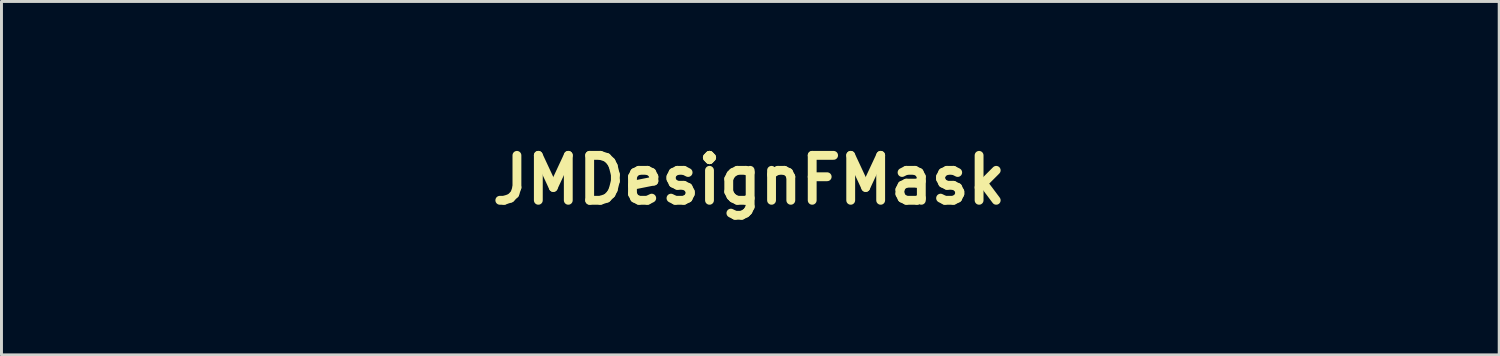
<source format=kicad_pcb>
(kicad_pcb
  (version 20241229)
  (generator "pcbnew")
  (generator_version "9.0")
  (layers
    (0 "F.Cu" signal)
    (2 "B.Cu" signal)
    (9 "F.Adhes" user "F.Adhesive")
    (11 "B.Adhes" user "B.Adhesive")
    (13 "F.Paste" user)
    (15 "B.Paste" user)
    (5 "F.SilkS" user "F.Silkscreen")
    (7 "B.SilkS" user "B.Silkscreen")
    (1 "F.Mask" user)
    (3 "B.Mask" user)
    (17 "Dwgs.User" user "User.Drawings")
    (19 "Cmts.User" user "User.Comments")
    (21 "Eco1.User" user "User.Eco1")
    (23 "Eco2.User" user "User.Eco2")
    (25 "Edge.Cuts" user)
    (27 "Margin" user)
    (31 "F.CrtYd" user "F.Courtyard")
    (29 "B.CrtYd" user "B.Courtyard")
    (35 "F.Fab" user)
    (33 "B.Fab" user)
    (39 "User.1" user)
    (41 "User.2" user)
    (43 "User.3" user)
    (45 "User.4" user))
  (footprint "JMDesignFMask"
    (layer "F.Cu")
    (at 22.357 3.054)
    (property "Reference" "JMDesignFMask" (at 0 0 0) (layer "F.SilkS") (effects (font (size 1.524 1.524) (thickness 0.3))))
    (attr through_hole)
    (fp_poly (pts (xy -21.291 -2.355) (xy -21.183 -2.203) (xy -21.19 -2.011) (xy -21.255 -1.901) (xy -21.446 -1.79) (xy -21.693 -1.826) (xy -21.78 -1.869) (xy -21.912 -2.021) (xy -21.904 -2.203) (xy -21.764 -2.361) (xy -21.71 -2.389) (xy -21.479 -2.43) (xy -21.291 -2.355)) (stroke (width 0.01) (type solid)) (fill yes) (layer "F.Mask"))
    (fp_poly (pts (xy -2.834 -2.355) (xy -2.726 -2.203) (xy -2.732 -2.011) (xy -2.797 -1.901) (xy -2.988 -1.79) (xy -3.236 -1.826) (xy -3.323 -1.869) (xy -3.454 -2.021) (xy -3.446 -2.203) (xy -3.306 -2.361) (xy -3.253 -2.389) (xy -3.021 -2.43) (xy -2.834 -2.355)) (stroke (width 0.01) (type solid)) (fill yes) (layer "F.Mask"))
    (fp_poly (pts (xy 5.748 0.807) (xy 5.909 0.929) (xy 5.991 1.113) (xy 5.96 1.326) (xy 5.881 1.443) (xy 5.667 1.59) (xy 5.451 1.569) (xy 5.305 1.454) (xy 5.178 1.232) (xy 5.218 1.023) (xy 5.331 0.892) (xy 5.544 0.783) (xy 5.748 0.807)) (stroke (width 0.01) (type solid)) (fill yes) (layer "F.Mask"))
    (fp_poly (pts (xy 15.858 -2.684) (xy 16.039 -2.599) (xy 16.15 -2.455) (xy 16.147 -2.276) (xy 16.12 -2.223) (xy 15.947 -2.086) (xy 15.713 -2.053) (xy 15.497 -2.13) (xy 15.462 -2.16) (xy 15.353 -2.298) (xy 15.325 -2.371) (xy 15.379 -2.482) (xy 15.462 -2.581) (xy 15.652 -2.686) (xy 15.858 -2.684)) (stroke (width 0.01) (type solid)) (fill yes) (layer "F.Mask"))
    (fp_poly (pts (xy -3.066 -1.098) (xy -2.921 -1.066) (xy -2.709 -1.013) (xy -2.709 0.196) (xy -2.716 0.76) (xy -2.736 1.163) (xy -2.771 1.412) (xy -2.811 1.507) (xy -3.013 1.597) (xy -3.278 1.554) (xy -3.281 1.553) (xy -3.325 1.484) (xy -3.356 1.309) (xy -3.376 1.009) (xy -3.385 0.568) (xy -3.387 0.244) (xy -3.384 -0.276) (xy -3.372 -0.649) (xy -3.341 -0.896) (xy -3.285 -1.038) (xy -3.196 -1.098) (xy -3.066 -1.098)) (stroke (width 0.01) (type solid)) (fill yes) (layer "F.Mask"))
    (fp_poly (pts (xy 15.966 -1.318) (xy 16.171 -1.267) (xy 16.171 0.069) (xy 16.166 0.656) (xy 16.149 1.083) (xy 16.119 1.361) (xy 16.077 1.498) (xy 16.07 1.507) (xy 15.885 1.59) (xy 15.636 1.587) (xy 15.515 1.553) (xy 15.473 1.487) (xy 15.442 1.319) (xy 15.422 1.03) (xy 15.412 0.604) (xy 15.409 0.126) (xy 15.41 -0.388) (xy 15.415 -0.757) (xy 15.428 -1.008) (xy 15.45 -1.164) (xy 15.486 -1.252) (xy 15.537 -1.296) (xy 15.585 -1.314) (xy 15.808 -1.338) (xy 15.966 -1.318)) (stroke (width 0.01) (type solid)) (fill yes) (layer "F.Mask"))
    (fp_poly (pts (xy -1.456 -2.661) (xy -1.394 -2.544) (xy -1.351 -2.341) (xy -1.323 -2.035) (xy -1.306 -1.607) (xy -1.295 -1.039) (xy -1.29 -0.584) (xy -1.283 0.051) (xy -1.282 0.537) (xy -1.286 0.896) (xy -1.298 1.149) (xy -1.317 1.317) (xy -1.347 1.421) (xy -1.387 1.482) (xy -1.412 1.503) (xy -1.653 1.602) (xy -1.872 1.554) (xy -1.93 1.507) (xy -1.966 1.415) (xy -1.993 1.209) (xy -2.013 0.878) (xy -2.025 0.409) (xy -2.031 -0.21) (xy -2.032 -0.608) (xy -2.032 -2.621) (xy -1.807 -2.678) (xy -1.659 -2.71) (xy -1.543 -2.71) (xy -1.456 -2.661)) (stroke (width 0.01) (type solid)) (fill yes) (layer "F.Mask"))
    (fp_poly (pts (xy -0.017 -2.661) (xy 0.046 -2.544) (xy 0.089 -2.341) (xy 0.117 -2.035) (xy 0.134 -1.607) (xy 0.144 -1.039) (xy 0.15 -0.584) (xy 0.156 0.051) (xy 0.158 0.537) (xy 0.153 0.896) (xy 0.142 1.149) (xy 0.122 1.317) (xy 0.092 1.421) (xy 0.052 1.482) (xy 0.028 1.503) (xy -0.213 1.602) (xy -0.433 1.554) (xy -0.491 1.507) (xy -0.526 1.415) (xy -0.554 1.209) (xy -0.573 0.878) (xy -0.586 0.409) (xy -0.592 -0.21) (xy -0.593 -0.608) (xy -0.593 -2.621) (xy -0.368 -2.678) (xy -0.219 -2.71) (xy -0.104 -2.71) (xy -0.017 -2.661)) (stroke (width 0.01) (type solid)) (fill yes) (layer "F.Mask"))
    (fp_poly (pts (xy -21.336 -1.058) (xy -21.276 -1.031) (xy -21.233 -0.978) (xy -21.203 -0.874) (xy -21.183 -0.697) (xy -21.172 -0.423) (xy -21.168 -0.029) (xy -21.167 0.51) (xy -21.167 0.564) (xy -21.17 1.16) (xy -21.18 1.611) (xy -21.199 1.942) (xy -21.229 2.179) (xy -21.271 2.345) (xy -21.298 2.41) (xy -21.507 2.684) (xy -21.794 2.841) (xy -22.112 2.861) (xy -22.246 2.823) (xy -22.321 2.716) (xy -22.352 2.525) (xy -22.314 2.319) (xy -22.182 2.226) (xy -22.176 2.224) (xy -22.062 2.171) (xy -21.977 2.065) (xy -21.917 1.885) (xy -21.877 1.609) (xy -21.854 1.218) (xy -21.845 0.688) (xy -21.844 0.381) (xy -21.843 -0.133) (xy -21.838 -0.503) (xy -21.825 -0.754) (xy -21.803 -0.911) (xy -21.767 -0.999) (xy -21.715 -1.043) (xy -21.675 -1.058) (xy -21.449 -1.078) (xy -21.336 -1.058)) (stroke (width 0.01) (type solid)) (fill yes) (layer "F.Mask"))
    (fp_poly (pts (xy 5.219 -1.044) (xy 5.372 -0.904) (xy 5.404 -0.812) (xy 5.371 -0.609) (xy 5.208 -0.468) (xy 4.992 -0.423) (xy 4.736 -0.344) (xy 4.537 -0.163) (xy 4.427 -0.015) (xy 4.362 0.137) (xy 4.329 0.344) (xy 4.319 0.653) (xy 4.318 0.802) (xy 4.312 1.164) (xy 4.289 1.39) (xy 4.243 1.512) (xy 4.184 1.557) (xy 3.926 1.603) (xy 3.72 1.505) (xy 3.689 1.476) (xy 3.631 1.384) (xy 3.591 1.227) (xy 3.568 0.977) (xy 3.558 0.605) (xy 3.556 0.297) (xy 3.56 -0.117) (xy 3.571 -0.477) (xy 3.587 -0.744) (xy 3.607 -0.881) (xy 3.607 -0.882) (xy 3.726 -0.989) (xy 3.923 -1.023) (xy 4.126 -0.985) (xy 4.261 -0.88) (xy 4.274 -0.851) (xy 4.32 -0.739) (xy 4.384 -0.749) (xy 4.49 -0.849) (xy 4.733 -1.018) (xy 4.991 -1.082) (xy 5.219 -1.044)) (stroke (width 0.01) (type solid)) (fill yes) (layer "F.Mask"))
    (fp_poly (pts (xy 14.067 -1.319) (xy 14.393 -1.271) (xy 14.65 -1.18) (xy 14.789 -1.049) (xy 14.792 -1.042) (xy 14.814 -0.846) (xy 14.696 -0.721) (xy 14.431 -0.664) (xy 14.125 -0.664) (xy 13.8 -0.67) (xy 13.6 -0.642) (xy 13.482 -0.572) (xy 13.465 -0.554) (xy 13.406 -0.416) (xy 13.483 -0.291) (xy 13.706 -0.171) (xy 14.072 -0.05) (xy 14.453 0.097) (xy 14.688 0.293) (xy 14.8 0.561) (xy 14.817 0.769) (xy 14.742 1.118) (xy 14.534 1.394) (xy 14.217 1.584) (xy 13.817 1.679) (xy 13.358 1.665) (xy 13.074 1.602) (xy 12.779 1.469) (xy 12.611 1.288) (xy 12.588 1.084) (xy 12.616 1.015) (xy 12.737 0.882) (xy 12.898 0.888) (xy 13.09 0.931) (xy 13.367 0.973) (xy 13.508 0.99) (xy 13.795 1.003) (xy 13.967 0.964) (xy 14.047 0.898) (xy 14.107 0.745) (xy 14.016 0.602) (xy 13.767 0.464) (xy 13.494 0.367) (xy 13.212 0.258) (xy 12.983 0.136) (xy 12.894 0.065) (xy 12.771 -0.186) (xy 12.757 -0.498) (xy 12.843 -0.814) (xy 13.016 -1.077) (xy 13.13 -1.17) (xy 13.389 -1.272) (xy 13.716 -1.321) (xy 14.067 -1.319)) (stroke (width 0.01) (type solid)) (fill yes) (layer "F.Mask"))
    (fp_poly (pts (xy -9.195 -1.07) (xy -8.893 -1.019) (xy -8.677 -0.927) (xy -8.636 -0.889) (xy -8.578 -0.717) (xy -8.592 -0.599) (xy -8.64 -0.503) (xy -8.735 -0.46) (xy -8.922 -0.459) (xy -9.13 -0.478) (xy -9.431 -0.497) (xy -9.613 -0.473) (xy -9.721 -0.4) (xy -9.725 -0.395) (xy -9.795 -0.262) (xy -9.744 -0.152) (xy -9.557 -0.049) (xy -9.258 0.05) (xy -8.862 0.197) (xy -8.613 0.376) (xy -8.489 0.608) (xy -8.467 0.81) (xy -8.516 1.168) (xy -8.677 1.417) (xy -8.936 1.574) (xy -9.403 1.682) (xy -9.908 1.629) (xy -10.118 1.564) (xy -10.332 1.489) (xy -10.465 1.445) (xy -10.483 1.441) (xy -10.494 1.367) (xy -10.483 1.206) (xy -10.468 1.095) (xy -10.431 1.027) (xy -10.34 0.999) (xy -10.164 1.005) (xy -9.869 1.04) (xy -9.649 1.069) (xy -9.378 1.085) (xy -9.215 1.04) (xy -9.152 0.983) (xy -9.091 0.824) (xy -9.193 0.682) (xy -9.46 0.555) (xy -9.615 0.506) (xy -10.022 0.355) (xy -10.277 0.164) (xy -10.398 -0.083) (xy -10.414 -0.241) (xy -10.35 -0.604) (xy -10.152 -0.864) (xy -9.827 -1.024) (xy -9.527 -1.074) (xy -9.195 -1.07)) (stroke (width 0.01) (type solid)) (fill yes) (layer "F.Mask"))
    (fp_poly (pts (xy 21.685 -1.279) (xy 22.021 -1.069) (xy 22.056 -1.035) (xy 22.21 -0.864) (xy 22.316 -0.686) (xy 22.383 -0.468) (xy 22.42 -0.172) (xy 22.435 0.236) (xy 22.437 0.55) (xy 22.435 0.967) (xy 22.425 1.246) (xy 22.402 1.416) (xy 22.362 1.509) (xy 22.297 1.555) (xy 22.261 1.568) (xy 22.038 1.592) (xy 21.88 1.572) (xy 21.788 1.542) (xy 21.729 1.486) (xy 21.695 1.371) (xy 21.679 1.166) (xy 21.675 0.838) (xy 21.675 0.645) (xy 21.67 0.234) (xy 21.653 -0.047) (xy 21.617 -0.236) (xy 21.556 -0.374) (xy 21.499 -0.454) (xy 21.269 -0.637) (xy 21.012 -0.662) (xy 20.763 -0.526) (xy 20.743 -0.508) (xy 20.665 -0.41) (xy 20.615 -0.278) (xy 20.588 -0.076) (xy 20.576 0.232) (xy 20.574 0.533) (xy 20.563 1.004) (xy 20.532 1.329) (xy 20.481 1.497) (xy 20.472 1.507) (xy 20.283 1.595) (xy 20.045 1.59) (xy 19.916 1.537) (xy 19.873 1.466) (xy 19.845 1.303) (xy 19.829 1.028) (xy 19.825 0.621) (xy 19.831 0.121) (xy 19.854 -1.228) (xy 20.144 -1.255) (xy 20.395 -1.239) (xy 20.502 -1.159) (xy 20.567 -1.093) (xy 20.68 -1.102) (xy 20.886 -1.192) (xy 20.912 -1.205) (xy 21.312 -1.325) (xy 21.685 -1.279)) (stroke (width 0.01) (type solid)) (fill yes) (layer "F.Mask"))
    (fp_poly (pts (xy 11.555 -1.268) (xy 11.893 -1.088) (xy 12.159 -0.791) (xy 12.245 -0.624) (xy 12.347 -0.287) (xy 12.327 -0.032) (xy 12.192 0.169) (xy 12.085 0.252) (xy 11.939 0.303) (xy 11.716 0.33) (xy 11.373 0.338) (xy 11.261 0.339) (xy 10.898 0.342) (xy 10.673 0.355) (xy 10.553 0.387) (xy 10.505 0.442) (xy 10.499 0.502) (xy 10.574 0.721) (xy 10.777 0.885) (xy 11.069 0.98) (xy 11.413 0.995) (xy 11.758 0.922) (xy 12.024 0.885) (xy 12.206 0.975) (xy 12.276 1.179) (xy 12.277 1.194) (xy 12.199 1.358) (xy 11.991 1.495) (xy 11.692 1.596) (xy 11.34 1.653) (xy 10.972 1.657) (xy 10.628 1.6) (xy 10.541 1.572) (xy 10.147 1.343) (xy 9.865 0.999) (xy 9.703 0.558) (xy 9.67 0.039) (xy 9.697 -0.198) (xy 9.744 -0.336) (xy 10.499 -0.336) (xy 10.517 -0.246) (xy 10.595 -0.195) (xy 10.772 -0.174) (xy 11.049 -0.169) (xy 11.391 -0.184) (xy 11.571 -0.229) (xy 11.599 -0.269) (xy 11.525 -0.449) (xy 11.343 -0.6) (xy 11.112 -0.676) (xy 11.073 -0.677) (xy 10.77 -0.632) (xy 10.568 -0.508) (xy 10.499 -0.336) (xy 9.744 -0.336) (xy 9.835 -0.607) (xy 10.083 -0.931) (xy 10.408 -1.164) (xy 10.783 -1.302) (xy 11.175 -1.338) (xy 11.555 -1.268)) (stroke (width 0.01) (type solid)) (fill yes) (layer "F.Mask"))
    (fp_poly (pts (xy -11.472 -0.939) (xy -11.152 -0.684) (xy -11.144 -0.674) (xy -10.934 -0.337) (xy -10.867 -0.009) (xy -10.947 0.281) (xy -10.959 0.3) (xy -11.038 0.402) (xy -11.138 0.463) (xy -11.301 0.495) (xy -11.565 0.507) (xy -11.813 0.508) (xy -12.209 0.52) (xy -12.449 0.561) (xy -12.541 0.64) (xy -12.497 0.765) (xy -12.345 0.928) (xy -12.074 1.07) (xy -11.715 1.09) (xy -11.356 1.007) (xy -11.097 0.971) (xy -10.912 1.049) (xy -10.838 1.225) (xy -10.837 1.236) (xy -10.915 1.392) (xy -11.121 1.52) (xy -11.416 1.612) (xy -11.76 1.66) (xy -12.113 1.655) (xy -12.436 1.589) (xy -12.468 1.577) (xy -12.711 1.471) (xy -12.902 1.361) (xy -12.926 1.343) (xy -13.117 1.089) (xy -13.24 0.728) (xy -13.289 0.314) (xy -13.258 -0.072) (xy -12.531 -0.072) (xy -12.506 0.019) (xy -12.407 0.067) (xy -12.193 0.084) (xy -12.065 0.085) (xy -11.798 0.079) (xy -11.659 0.05) (xy -11.607 -0.021) (xy -11.599 -0.124) (xy -11.675 -0.334) (xy -11.872 -0.473) (xy -12.074 -0.508) (xy -12.278 -0.439) (xy -12.452 -0.276) (xy -12.53 -0.081) (xy -12.531 -0.072) (xy -13.258 -0.072) (xy -13.256 -0.1) (xy -13.176 -0.37) (xy -12.951 -0.71) (xy -12.629 -0.943) (xy -12.25 -1.062) (xy -11.851 -1.063) (xy -11.472 -0.939)) (stroke (width 0.01) (type solid)) (fill yes) (layer "F.Mask"))
    (fp_poly (pts (xy 2.498 -0.939) (xy 2.818 -0.684) (xy 2.826 -0.674) (xy 3.036 -0.337) (xy 3.103 -0.009) (xy 3.023 0.281) (xy 3.011 0.3) (xy 2.932 0.402) (xy 2.832 0.463) (xy 2.669 0.495) (xy 2.405 0.507) (xy 2.157 0.508) (xy 1.761 0.52) (xy 1.521 0.561) (xy 1.429 0.64) (xy 1.473 0.765) (xy 1.625 0.928) (xy 1.896 1.07) (xy 2.255 1.09) (xy 2.614 1.007) (xy 2.873 0.971) (xy 3.058 1.049) (xy 3.132 1.225) (xy 3.133 1.236) (xy 3.055 1.392) (xy 2.849 1.52) (xy 2.554 1.612) (xy 2.21 1.66) (xy 1.857 1.655) (xy 1.534 1.589) (xy 1.502 1.577) (xy 1.259 1.471) (xy 1.068 1.361) (xy 1.044 1.343) (xy 0.853 1.089) (xy 0.73 0.728) (xy 0.681 0.314) (xy 0.712 -0.072) (xy 1.439 -0.072) (xy 1.464 0.019) (xy 1.563 0.067) (xy 1.777 0.084) (xy 1.905 0.085) (xy 2.172 0.079) (xy 2.311 0.05) (xy 2.363 -0.021) (xy 2.371 -0.124) (xy 2.295 -0.334) (xy 2.098 -0.473) (xy 1.896 -0.508) (xy 1.692 -0.439) (xy 1.518 -0.276) (xy 1.44 -0.081) (xy 1.439 -0.072) (xy 0.712 -0.072) (xy 0.714 -0.1) (xy 0.794 -0.37) (xy 1.019 -0.71) (xy 1.341 -0.943) (xy 1.72 -1.062) (xy 2.119 -1.063) (xy 2.498 -0.939)) (stroke (width 0.01) (type solid)) (fill yes) (layer "F.Mask"))
    (fp_poly (pts (xy -19.31 -1.05) (xy -18.942 -0.949) (xy -18.816 -0.882) (xy -18.617 -0.691) (xy -18.482 -0.409) (xy -18.403 -0.013) (xy -18.373 0.521) (xy -18.373 0.622) (xy -18.38 1.033) (xy -18.405 1.303) (xy -18.452 1.463) (xy -18.499 1.523) (xy -18.663 1.584) (xy -18.856 1.567) (xy -19.007 1.487) (xy -19.05 1.395) (xy -19.082 1.285) (xy -19.186 1.308) (xy -19.35 1.443) (xy -19.615 1.596) (xy -19.947 1.662) (xy -20.258 1.626) (xy -20.293 1.612) (xy -20.482 1.477) (xy -20.568 1.365) (xy -20.645 1.112) (xy -20.655 0.818) (xy -20.651 0.801) (xy -19.974 0.801) (xy -19.905 0.971) (xy -19.88 0.999) (xy -19.677 1.095) (xy -19.426 1.032) (xy -19.323 0.969) (xy -19.181 0.813) (xy -19.135 0.673) (xy -19.176 0.553) (xy -19.327 0.51) (xy -19.394 0.508) (xy -19.697 0.548) (xy -19.897 0.652) (xy -19.974 0.801) (xy -20.651 0.801) (xy -20.602 0.552) (xy -20.511 0.403) (xy -20.288 0.273) (xy -19.965 0.165) (xy -19.61 0.098) (xy -19.41 0.085) (xy -19.212 0.061) (xy -19.138 -0.027) (xy -19.135 -0.072) (xy -19.209 -0.295) (xy -19.405 -0.44) (xy -19.687 -0.485) (xy -19.787 -0.474) (xy -20.116 -0.422) (xy -20.312 -0.404) (xy -20.41 -0.43) (xy -20.443 -0.508) (xy -20.447 -0.635) (xy -20.425 -0.805) (xy -20.328 -0.911) (xy -20.111 -1) (xy -20.108 -1.001) (xy -19.724 -1.07) (xy -19.31 -1.05)) (stroke (width 0.01) (type solid)) (fill yes) (layer "F.Mask"))
    (fp_poly (pts (xy 8.864 -3) (xy 9.102 -2.917) (xy 9.124 -0.76) (xy 9.13 -0.095) (xy 9.132 0.421) (xy 9.129 0.808) (xy 9.119 1.085) (xy 9.102 1.274) (xy 9.076 1.394) (xy 9.041 1.466) (xy 9.002 1.503) (xy 8.753 1.602) (xy 8.517 1.547) (xy 8.44 1.486) (xy 8.342 1.417) (xy 8.219 1.426) (xy 8.013 1.518) (xy 7.993 1.528) (xy 7.646 1.662) (xy 7.349 1.671) (xy 7.154 1.612) (xy 6.99 1.507) (xy 6.788 1.332) (xy 6.731 1.273) (xy 6.608 1.131) (xy 6.53 0.992) (xy 6.486 0.809) (xy 6.461 0.536) (xy 6.447 0.251) (xy 6.446 0.169) (xy 7.197 0.169) (xy 7.246 0.542) (xy 7.38 0.814) (xy 7.576 0.971) (xy 7.81 0.994) (xy 8.06 0.868) (xy 8.101 0.832) (xy 8.237 0.606) (xy 8.305 0.291) (xy 8.302 -0.049) (xy 8.229 -0.349) (xy 8.128 -0.508) (xy 7.889 -0.659) (xy 7.651 -0.661) (xy 7.441 -0.532) (xy 7.283 -0.29) (xy 7.202 0.047) (xy 7.197 0.169) (xy 6.446 0.169) (xy 6.438 -0.132) (xy 6.451 -0.394) (xy 6.493 -0.583) (xy 6.57 -0.748) (xy 6.597 -0.793) (xy 6.851 -1.079) (xy 7.169 -1.259) (xy 7.51 -1.325) (xy 7.835 -1.269) (xy 8.095 -1.09) (xy 8.163 -1.02) (xy 8.21 -1.007) (xy 8.241 -1.072) (xy 8.263 -1.239) (xy 8.281 -1.532) (xy 8.297 -1.908) (xy 8.325 -2.394) (xy 8.368 -2.732) (xy 8.435 -2.94) (xy 8.538 -3.039) (xy 8.686 -3.049) (xy 8.864 -3)) (stroke (width 0.01) (type solid)) (fill yes) (layer "F.Mask"))
    (fp_poly (pts (xy -16.04 -0.992) (xy -15.803 -0.805) (xy -15.75 -0.723) (xy -15.645 -0.526) (xy -15.407 -0.792) (xy -15.221 -0.966) (xy -15.026 -1.043) (xy -14.783 -1.058) (xy -14.505 -1.035) (xy -14.298 -0.939) (xy -14.12 -0.782) (xy -13.843 -0.505) (xy -13.815 0.506) (xy -13.787 1.517) (xy -13.997 1.57) (xy -14.232 1.575) (xy -14.385 1.528) (xy -14.468 1.47) (xy -14.52 1.377) (xy -14.548 1.215) (xy -14.56 0.95) (xy -14.563 0.607) (xy -14.571 0.167) (xy -14.604 -0.129) (xy -14.669 -0.309) (xy -14.778 -0.398) (xy -14.94 -0.423) (xy -14.947 -0.423) (xy -15.141 -0.388) (xy -15.276 -0.267) (xy -15.359 -0.04) (xy -15.4 0.316) (xy -15.409 0.704) (xy -15.411 1.08) (xy -15.421 1.321) (xy -15.449 1.46) (xy -15.503 1.531) (xy -15.592 1.566) (xy -15.634 1.577) (xy -15.841 1.607) (xy -15.983 1.558) (xy -16.074 1.41) (xy -16.126 1.139) (xy -16.152 0.725) (xy -16.154 0.671) (xy -16.183 0.205) (xy -16.244 -0.116) (xy -16.346 -0.313) (xy -16.498 -0.407) (xy -16.637 -0.423) (xy -16.833 -0.388) (xy -16.968 -0.268) (xy -17.052 -0.04) (xy -17.094 0.315) (xy -17.103 0.696) (xy -17.108 1.086) (xy -17.126 1.338) (xy -17.162 1.482) (xy -17.22 1.55) (xy -17.237 1.557) (xy -17.514 1.606) (xy -17.73 1.532) (xy -17.772 1.491) (xy -17.817 1.349) (xy -17.843 1.05) (xy -17.851 0.59) (xy -17.846 0.2) (xy -17.822 -0.974) (xy -17.533 -1.001) (xy -17.287 -0.987) (xy -17.165 -0.889) (xy -17.089 -0.796) (xy -16.994 -0.836) (xy -16.947 -0.876) (xy -16.665 -1.034) (xy -16.345 -1.07) (xy -16.04 -0.992)) (stroke (width 0.01) (type solid)) (fill yes) (layer "F.Mask"))
    (fp_poly (pts (xy -6.219 -0.992) (xy -5.982 -0.805) (xy -5.929 -0.723) (xy -5.823 -0.526) (xy -5.586 -0.792) (xy -5.4 -0.966) (xy -5.205 -1.043) (xy -4.962 -1.058) (xy -4.683 -1.035) (xy -4.477 -0.939) (xy -4.298 -0.782) (xy -4.022 -0.505) (xy -3.993 0.506) (xy -3.965 1.517) (xy -4.176 1.57) (xy -4.41 1.575) (xy -4.564 1.528) (xy -4.646 1.47) (xy -4.698 1.377) (xy -4.727 1.215) (xy -4.739 0.95) (xy -4.741 0.607) (xy -4.75 0.167) (xy -4.782 -0.129) (xy -4.848 -0.309) (xy -4.957 -0.398) (xy -5.119 -0.423) (xy -5.126 -0.423) (xy -5.32 -0.388) (xy -5.454 -0.267) (xy -5.538 -0.04) (xy -5.579 0.316) (xy -5.588 0.704) (xy -5.59 1.08) (xy -5.6 1.321) (xy -5.628 1.46) (xy -5.682 1.531) (xy -5.771 1.566) (xy -5.813 1.577) (xy -6.019 1.607) (xy -6.162 1.558) (xy -6.252 1.41) (xy -6.304 1.139) (xy -6.33 0.725) (xy -6.332 0.671) (xy -6.362 0.205) (xy -6.422 -0.116) (xy -6.524 -0.313) (xy -6.677 -0.407) (xy -6.816 -0.423) (xy -7.012 -0.388) (xy -7.147 -0.268) (xy -7.231 -0.04) (xy -7.273 0.315) (xy -7.281 0.696) (xy -7.286 1.086) (xy -7.304 1.338) (xy -7.34 1.482) (xy -7.399 1.55) (xy -7.415 1.557) (xy -7.692 1.606) (xy -7.909 1.532) (xy -7.951 1.491) (xy -7.995 1.349) (xy -8.022 1.05) (xy -8.029 0.59) (xy -8.025 0.2) (xy -8.001 -0.974) (xy -7.712 -1.001) (xy -7.466 -0.987) (xy -7.344 -0.889) (xy -7.268 -0.796) (xy -7.172 -0.836) (xy -7.125 -0.876) (xy -6.844 -1.034) (xy -6.524 -1.07) (xy -6.219 -0.992)) (stroke (width 0.01) (type solid)) (fill yes) (layer "F.Mask"))
    (fp_poly (pts (xy 19.207 -1.492) (xy 19.303 -1.442) (xy 19.366 -1.371) (xy 19.326 -1.268) (xy 19.197 -1.121) (xy 19.052 -0.943) (xy 19.033 -0.826) (xy 19.063 -0.783) (xy 19.136 -0.617) (xy 19.165 -0.353) (xy 19.15 -0.057) (xy 19.091 0.205) (xy 19.057 0.283) (xy 18.853 0.513) (xy 18.541 0.698) (xy 18.184 0.81) (xy 17.859 0.823) (xy 17.638 0.81) (xy 17.5 0.832) (xy 17.485 0.845) (xy 17.499 0.954) (xy 17.679 1.054) (xy 18.02 1.143) (xy 18.249 1.184) (xy 18.733 1.293) (xy 19.066 1.452) (xy 19.261 1.667) (xy 19.309 1.789) (xy 19.317 2.116) (xy 19.193 2.439) (xy 18.964 2.693) (xy 18.901 2.734) (xy 18.593 2.85) (xy 18.189 2.917) (xy 17.761 2.928) (xy 17.377 2.877) (xy 17.336 2.867) (xy 17.083 2.747) (xy 16.844 2.557) (xy 16.665 2.342) (xy 16.595 2.148) (xy 16.595 2.147) (xy 16.605 2.107) (xy 17.375 2.107) (xy 17.505 2.293) (xy 17.545 2.324) (xy 17.834 2.437) (xy 18.165 2.438) (xy 18.378 2.368) (xy 18.508 2.216) (xy 18.535 2.004) (xy 18.452 1.812) (xy 18.423 1.784) (xy 18.261 1.704) (xy 18.025 1.64) (xy 17.997 1.636) (xy 17.715 1.644) (xy 17.502 1.748) (xy 17.381 1.914) (xy 17.375 2.107) (xy 16.605 2.107) (xy 16.647 1.935) (xy 16.771 1.714) (xy 16.898 1.586) (xy 16.961 1.509) (xy 16.927 1.372) (xy 16.888 1.293) (xy 16.818 1.117) (xy 16.838 0.965) (xy 16.924 0.801) (xy 17.021 0.619) (xy 17.028 0.503) (xy 16.945 0.374) (xy 16.921 0.345) (xy 16.798 0.074) (xy 16.766 -0.254) (xy 17.526 -0.254) (xy 17.56 0.003) (xy 17.646 0.192) (xy 17.659 0.206) (xy 17.867 0.318) (xy 18.104 0.323) (xy 18.271 0.237) (xy 18.338 0.081) (xy 18.368 -0.169) (xy 18.361 -0.441) (xy 18.317 -0.664) (xy 18.271 -0.745) (xy 18.074 -0.837) (xy 17.835 -0.817) (xy 17.659 -0.714) (xy 17.569 -0.539) (xy 17.527 -0.285) (xy 17.526 -0.254) (xy 16.766 -0.254) (xy 16.764 -0.272) (xy 16.781 -0.554) (xy 16.855 -0.752) (xy 17.02 -0.95) (xy 17.045 -0.975) (xy 17.414 -1.234) (xy 17.844 -1.335) (xy 18.309 -1.284) (xy 18.546 -1.236) (xy 18.69 -1.255) (xy 18.809 -1.349) (xy 18.818 -1.359) (xy 19.012 -1.503) (xy 19.207 -1.492)) (stroke (width 0.01) (type solid)) (fill yes) (layer "F.Mask")))
  (gr_rect
    (start -3 -3)
    (end 47.799 8.987)
    (stroke (width 0.1) (type default))
    (fill no)
    (layer "Edge.Cuts")))
</source>
